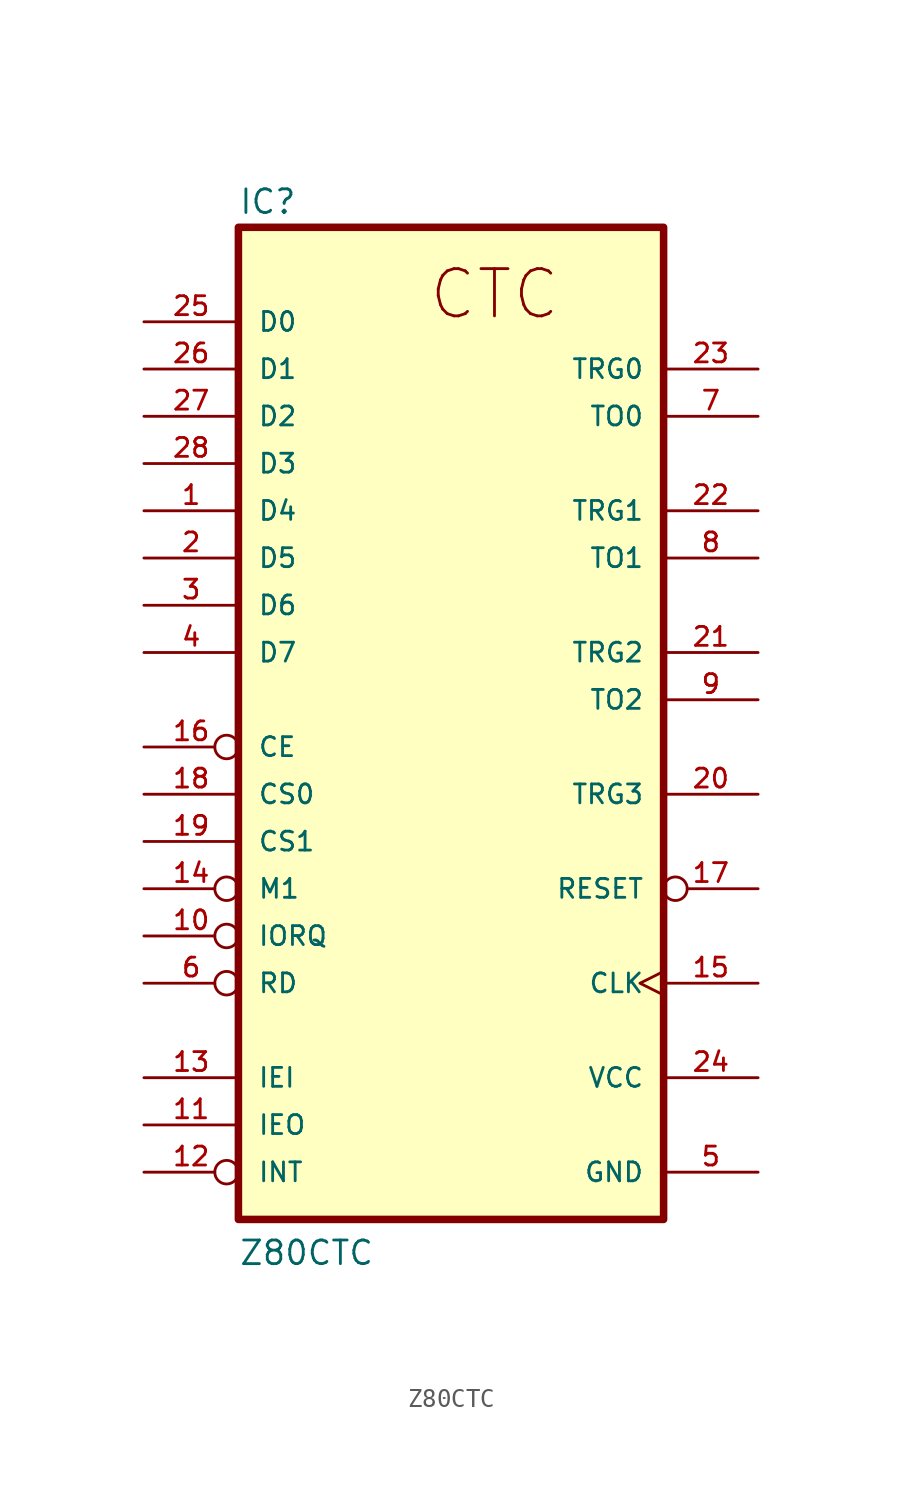
<source format=kicad_sym>
(kicad_symbol_lib
  (version 20211014)
  (generator kicad_symbol_editor)
  (symbol "Z80CTC"
    (pin_names
      (offset 1.016))
    (property "Reference" "IC"
      (at -12.7 26.035 0)
      (effects (font (size 1.27 1.27)) (justify bottom left)))
    (property "Value" "Z80CTC"
      (at -12.7 -30.48 0)
      (effects (font (size 1.27 1.27)) (justify bottom left)))
    (symbol "Z80CTC_0_0"
      (text "CTC" (at -2.54 20.32 0) (effects (font (size 2.54 2.54)) (justify bottom left)))
      (rectangle (start -12.7 -27.94) (end 10.16 25.4) (stroke (width 0.406)) (fill (type background)))
      (pin bidirectional line (at -17.78 20.32 0) (length 5.08) (name "D0" (effects (font (size 1.016 1.016)))) (number "25" (effects (font (size 1.016 1.016)))))
      (pin bidirectional line (at -17.78 17.78 0) (length 5.08) (name "D1" (effects (font (size 1.016 1.016)))) (number "26" (effects (font (size 1.016 1.016)))))
      (pin bidirectional line (at -17.78 15.24 0) (length 5.08) (name "D2" (effects (font (size 1.016 1.016)))) (number "27" (effects (font (size 1.016 1.016)))))
      (pin bidirectional line (at -17.78 12.7 0) (length 5.08) (name "D3" (effects (font (size 1.016 1.016)))) (number "28" (effects (font (size 1.016 1.016)))))
      (pin bidirectional line (at -17.78 10.16 0) (length 5.08) (name "D4" (effects (font (size 1.016 1.016)))) (number "1" (effects (font (size 1.016 1.016)))))
      (pin bidirectional line (at -17.78 7.62 0) (length 5.08) (name "D5" (effects (font (size 1.016 1.016)))) (number "2" (effects (font (size 1.016 1.016)))))
      (pin bidirectional line (at -17.78 5.08 0) (length 5.08) (name "D6" (effects (font (size 1.016 1.016)))) (number "3" (effects (font (size 1.016 1.016)))))
      (pin bidirectional line (at -17.78 2.54 0) (length 5.08) (name "D7" (effects (font (size 1.016 1.016)))) (number "4" (effects (font (size 1.016 1.016)))))
      (pin input inverted (at -17.78 -2.54 0) (length 5.08) (name "CE" (effects (font (size 1.016 1.016)))) (number "16" (effects (font (size 1.016 1.016)))))
      (pin input line (at -17.78 -5.08 0) (length 5.08) (name "CS0" (effects (font (size 1.016 1.016)))) (number "18" (effects (font (size 1.016 1.016)))))
      (pin input line (at -17.78 -7.62 0) (length 5.08) (name "CS1" (effects (font (size 1.016 1.016)))) (number "19" (effects (font (size 1.016 1.016)))))
      (pin input inverted (at -17.78 -10.16 0) (length 5.08) (name "M1" (effects (font (size 1.016 1.016)))) (number "14" (effects (font (size 1.016 1.016)))))
      (pin input inverted (at -17.78 -12.7 0) (length 5.08) (name "IORQ" (effects (font (size 1.016 1.016)))) (number "10" (effects (font (size 1.016 1.016)))))
      (pin input inverted (at -17.78 -15.24 0) (length 5.08) (name "RD" (effects (font (size 1.016 1.016)))) (number "6" (effects (font (size 1.016 1.016)))))
      (pin input line (at -17.78 -20.32 0) (length 5.08) (name "IEI" (effects (font (size 1.016 1.016)))) (number "13" (effects (font (size 1.016 1.016)))))
      (pin output line (at -17.78 -22.86 0) (length 5.08) (name "IEO" (effects (font (size 1.016 1.016)))) (number "11" (effects (font (size 1.016 1.016)))))
      (pin output inverted (at -17.78 -25.4 0) (length 5.08) (name "INT" (effects (font (size 1.016 1.016)))) (number "12" (effects (font (size 1.016 1.016)))))
      (pin input clock (at 15.24 -15.24 180.0) (length 5.08) (name "CLK" (effects (font (size 1.016 1.016)))) (number "15" (effects (font (size 1.016 1.016)))))
      (pin power_in line (at 15.24 -25.4 180.0) (length 5.08) (name "GND" (effects (font (size 1.016 1.016)))) (number "5" (effects (font (size 1.016 1.016)))))
      (pin power_in line (at 15.24 -20.32 180.0) (length 5.08) (name "VCC" (effects (font (size 1.016 1.016)))) (number "24" (effects (font (size 1.016 1.016)))))
      (pin input inverted (at 15.24 -10.16 180.0) (length 5.08) (name "RESET" (effects (font (size 1.016 1.016)))) (number "17" (effects (font (size 1.016 1.016)))))
      (pin input line (at 15.24 17.78 180.0) (length 5.08) (name "TRG0" (effects (font (size 1.016 1.016)))) (number "23" (effects (font (size 1.016 1.016)))))
      (pin input line (at 15.24 10.16 180.0) (length 5.08) (name "TRG1" (effects (font (size 1.016 1.016)))) (number "22" (effects (font (size 1.016 1.016)))))
      (pin input line (at 15.24 2.54 180.0) (length 5.08) (name "TRG2" (effects (font (size 1.016 1.016)))) (number "21" (effects (font (size 1.016 1.016)))))
      (pin output line (at 15.24 15.24 180.0) (length 5.08) (name "TO0" (effects (font (size 1.016 1.016)))) (number "7" (effects (font (size 1.016 1.016)))))
      (pin output line (at 15.24 7.62 180.0) (length 5.08) (name "TO1" (effects (font (size 1.016 1.016)))) (number "8" (effects (font (size 1.016 1.016)))))
      (pin output line (at 15.24 0.0 180.0) (length 5.08) (name "TO2" (effects (font (size 1.016 1.016)))) (number "9" (effects (font (size 1.016 1.016)))))
      (pin input line (at 15.24 -5.08 180.0) (length 5.08) (name "TRG3" (effects (font (size 1.016 1.016)))) (number "20" (effects (font (size 1.016 1.016))))))))
</source>
